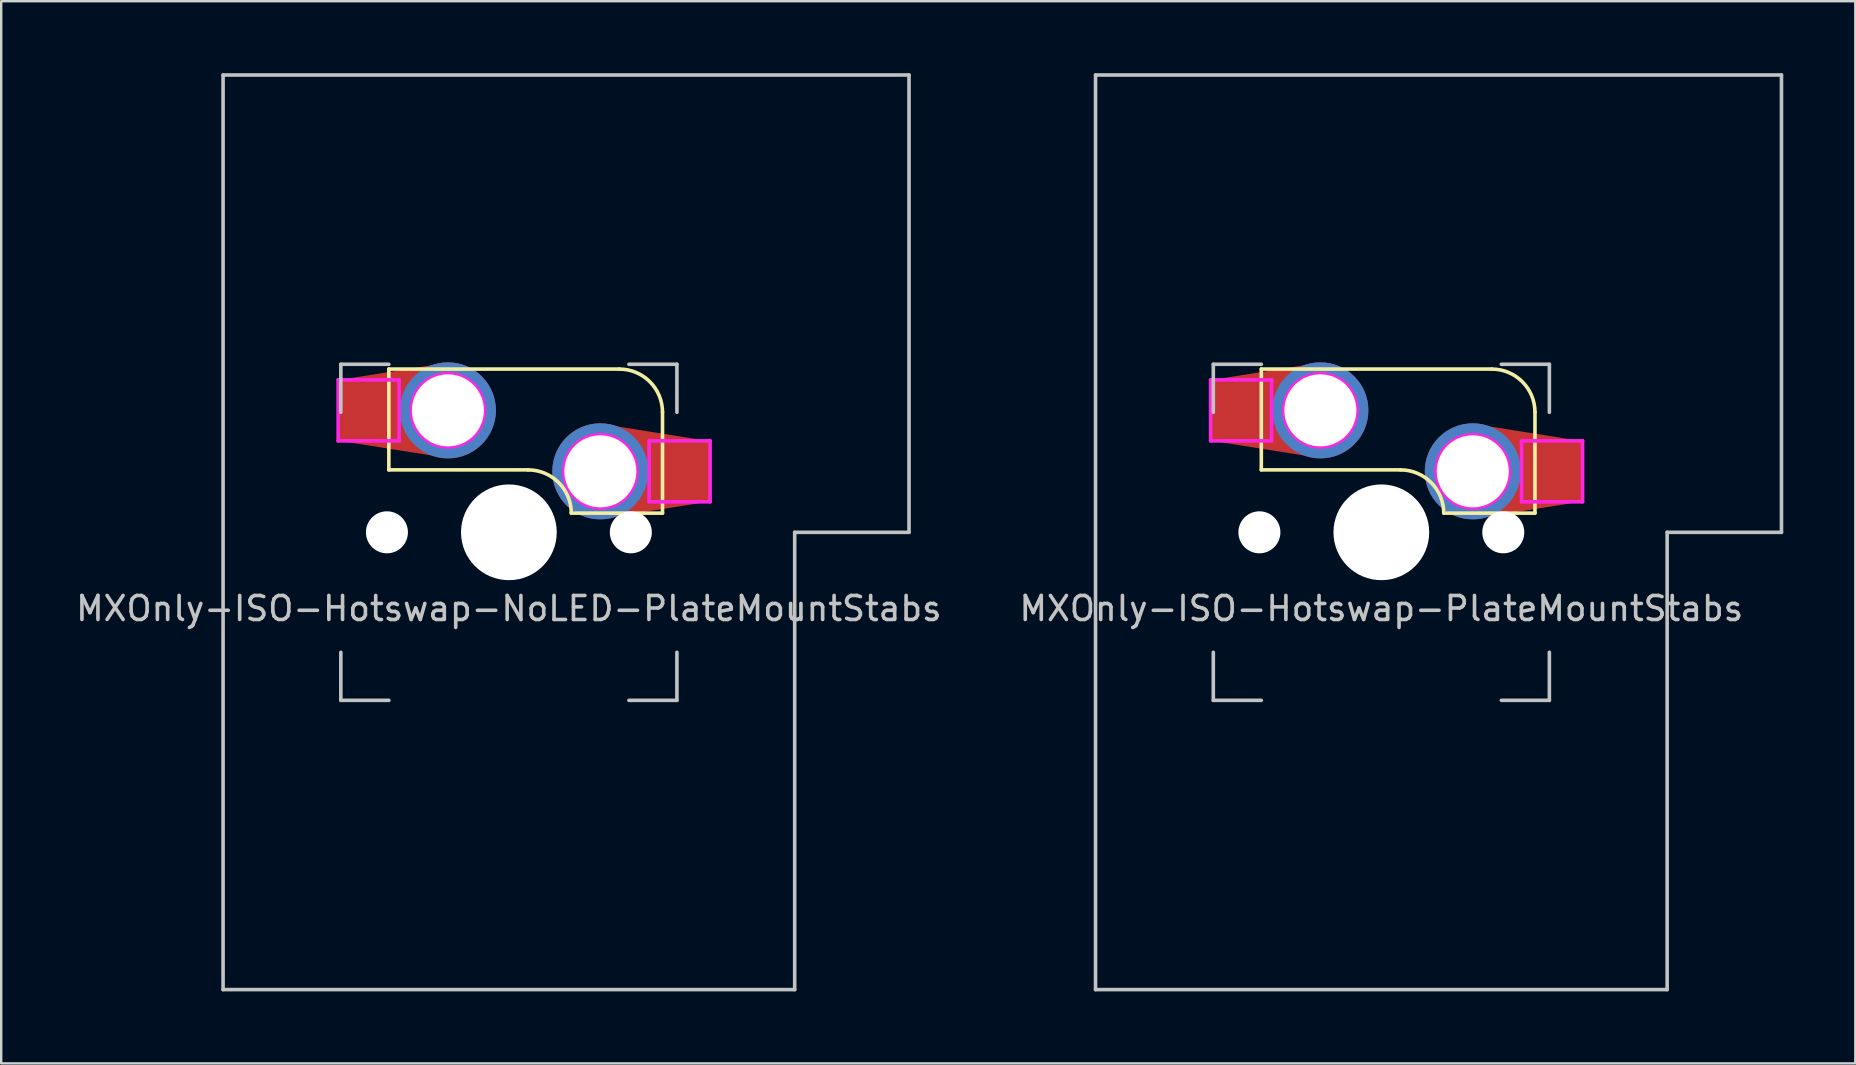
<source format=kicad_pcb>
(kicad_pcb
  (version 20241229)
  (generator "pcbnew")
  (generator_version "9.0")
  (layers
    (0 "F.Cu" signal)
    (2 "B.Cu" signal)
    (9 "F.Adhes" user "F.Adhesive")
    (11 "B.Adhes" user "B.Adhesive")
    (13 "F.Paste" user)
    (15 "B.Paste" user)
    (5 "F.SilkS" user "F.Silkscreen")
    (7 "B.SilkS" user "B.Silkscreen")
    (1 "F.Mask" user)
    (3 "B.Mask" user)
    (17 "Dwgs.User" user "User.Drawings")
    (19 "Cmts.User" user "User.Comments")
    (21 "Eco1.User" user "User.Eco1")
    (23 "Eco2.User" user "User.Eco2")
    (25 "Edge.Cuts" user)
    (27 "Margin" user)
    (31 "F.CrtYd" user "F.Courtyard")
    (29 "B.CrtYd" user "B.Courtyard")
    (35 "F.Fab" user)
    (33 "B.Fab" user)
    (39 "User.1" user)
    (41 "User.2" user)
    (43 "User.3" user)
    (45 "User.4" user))
  (footprint "MXOnly-ISO-Hotswap-PlateMountStabs"
    (layer "F.Cu")
    (at 54.494 19.125)
    (property "Reference" "MXOnly-ISO-Hotswap-PlateMountStabs" (at 0 3.175 180) (layer "Dwgs.User") (effects (font (size 1 1) (thickness 0.15))))
    (attr through_hole)
    (fp_line (start -5 -6.8) (end 4.6 -6.8) (stroke (width 0.15) (type solid)) (layer "F.SilkS"))
    (fp_line (start -5 -2.6) (end -5 -6.8) (stroke (width 0.15) (type solid)) (layer "F.SilkS"))
    (fp_line (start 0.8 -2.6) (end -5 -2.6) (stroke (width 0.15) (type solid)) (layer "F.SilkS"))
    (fp_line (start 6.4 -5) (end 6.4 -0.8) (stroke (width 0.15) (type solid)) (layer "F.SilkS"))
    (fp_line (start 6.4 -0.8) (end 2.6 -0.8) (stroke (width 0.15) (type solid)) (layer "F.SilkS"))
    (fp_arc (start 0.8 -2.6) (mid 2.072792 -2.072792) (end 2.6 -0.8) (stroke (width 0.15) (type solid)) (layer "F.SilkS"))
    (fp_arc (start 4.6 -6.8) (mid 5.872792 -6.272792) (end 6.4 -5) (stroke (width 0.15) (type solid)) (layer "F.SilkS"))
    (fp_poly (pts (xy -5.08 -3.493) (xy -7.112 -3.81) (xy -7.112 -6.35) (xy -5.08 -6.668)) (stroke (width 0.1) (type solid)) (fill yes) (layer "F.Paste"))
    (fp_poly (pts (xy 6.477 -4.064) (xy 8.509 -3.747) (xy 8.509 -1.206) (xy 6.477 -0.889)) (stroke (width 0.1) (type solid)) (fill yes) (layer "F.Paste"))
    (fp_line (start -11.906 -19.05) (end -11.906 19.05) (stroke (width 0.15) (type solid)) (layer "Dwgs.User"))
    (fp_line (start -7 -7) (end -7 -5) (stroke (width 0.15) (type solid)) (layer "Dwgs.User"))
    (fp_line (start -7 7) (end -7 5) (stroke (width 0.15) (type solid)) (layer "Dwgs.User"))
    (fp_line (start -5 -7) (end -7 -7) (stroke (width 0.15) (type solid)) (layer "Dwgs.User"))
    (fp_line (start -5 7) (end -7 7) (stroke (width 0.15) (type solid)) (layer "Dwgs.User"))
    (fp_line (start 5 -7) (end 7 -7) (stroke (width 0.15) (type solid)) (layer "Dwgs.User"))
    (fp_line (start 7 -7) (end 7 -5) (stroke (width 0.15) (type solid)) (layer "Dwgs.User"))
    (fp_line (start 7 5) (end 7 7) (stroke (width 0.15) (type solid)) (layer "Dwgs.User"))
    (fp_line (start 7 7) (end 5 7) (stroke (width 0.15) (type solid)) (layer "Dwgs.User"))
    (fp_line (start 11.906 0) (end 16.669 0) (stroke (width 0.15) (type solid)) (layer "Dwgs.User"))
    (fp_line (start 11.906 19.05) (end -11.906 19.05) (stroke (width 0.15) (type solid)) (layer "Dwgs.User"))
    (fp_line (start 11.906 19.05) (end 11.906 0) (stroke (width 0.15) (type solid)) (layer "Dwgs.User"))
    (fp_line (start 16.669 -19.05) (end -11.906 -19.05) (stroke (width 0.15) (type solid)) (layer "Dwgs.User"))
    (fp_line (start 16.669 -19.05) (end 16.669 0) (stroke (width 0.15) (type solid)) (layer "Dwgs.User"))
    (fp_line (start -7.112 -6.35) (end -7.112 -3.81) (stroke (width 0.15) (type solid)) (layer "F.CrtYd"))
    (fp_line (start -7.112 -3.81) (end -4.572 -3.81) (stroke (width 0.15) (type solid)) (layer "F.CrtYd"))
    (fp_line (start -4.572 -6.35) (end -7.112 -6.35) (stroke (width 0.15) (type solid)) (layer "F.CrtYd"))
    (fp_line (start -4.572 -3.81) (end -4.572 -6.35) (stroke (width 0.15) (type solid)) (layer "F.CrtYd"))
    (fp_line (start 5.842 -3.81) (end 5.842 -1.27) (stroke (width 0.15) (type solid)) (layer "F.CrtYd"))
    (fp_line (start 5.842 -1.27) (end 8.382 -1.27) (stroke (width 0.15) (type solid)) (layer "F.CrtYd"))
    (fp_line (start 8.382 -3.81) (end 5.842 -3.81) (stroke (width 0.15) (type solid)) (layer "F.CrtYd"))
    (fp_line (start 8.382 -1.27) (end 8.382 -3.81) (stroke (width 0.15) (type solid)) (layer "F.CrtYd"))
    (fp_circle (center -2.54 -5.08) (end -2.54 -6.604) (stroke (width 0.15) (type solid)) (fill no) (layer "F.CrtYd"))
    (fp_circle (center 3.81 -2.54) (end 3.81 -4.064) (stroke (width 0.15) (type solid)) (fill no) (layer "F.CrtYd"))
    (pad "" np_thru_hole circle (at -5.08 0 131.9) (size 1.75 1.75) (drill 1.75) (layers "*.Cu" "*.Mask"))
    (pad "" np_thru_hole circle (at 0 0 180) (size 3.988 3.988) (drill 3.988) (layers "*.Cu" "*.Mask"))
    (pad "" np_thru_hole circle (at 5.08 0 131.9) (size 1.75 1.75) (drill 1.75) (layers "*.Cu" "*.Mask"))
    (pad "1" thru_hole circle (at 3.81 -2.54 180) (size 4 4) (drill 3) (layers "*.Cu" "F.Mask"))
    (pad "1" smd custom (at 7.085 -2.54 180) (size 2.55 2.5) (layers "F.Cu" "F.Mask") (options (anchor rect)) (primitives (gr_poly (pts (xy -1.195 1.219) (xy 3.275 1.93) (xy 3.275 -1.93) (xy -1.195 -1.219)) (width 0.1) (fill yes))))
    (pad "2" smd custom (at -5.841 -5.08 180) (size 2.55 2.5) (layers "F.Cu" "F.Mask") (options (anchor rect)) (primitives (gr_poly (pts (xy 1.219 -1.219) (xy -3.251 -1.93) (xy -3.251 1.93) (xy 1.219 1.219)) (width 0.1) (fill yes))))
    (pad "2" thru_hole circle (at -2.54 -5.08 180) (size 4 4) (drill 3) (layers "*.Cu" "F.Mask")))
  (footprint "MXOnly-ISO-Hotswap-NoLED-PlateMountStabs"
    (layer "F.Cu")
    (at 18.149 19.125)
    (property "Reference" "MXOnly-ISO-Hotswap-NoLED-PlateMountStabs" (at 0 3.175 180) (layer "Dwgs.User") (effects (font (size 1 1) (thickness 0.15))))
    (attr through_hole)
    (fp_line (start -5 -6.8) (end 4.6 -6.8) (stroke (width 0.15) (type solid)) (layer "F.SilkS"))
    (fp_line (start -5 -2.6) (end -5 -6.8) (stroke (width 0.15) (type solid)) (layer "F.SilkS"))
    (fp_line (start 0.8 -2.6) (end -5 -2.6) (stroke (width 0.15) (type solid)) (layer "F.SilkS"))
    (fp_line (start 6.4 -5) (end 6.4 -0.8) (stroke (width 0.15) (type solid)) (layer "F.SilkS"))
    (fp_line (start 6.4 -0.8) (end 2.6 -0.8) (stroke (width 0.15) (type solid)) (layer "F.SilkS"))
    (fp_arc (start 0.8 -2.6) (mid 2.072792 -2.072792) (end 2.6 -0.8) (stroke (width 0.15) (type solid)) (layer "F.SilkS"))
    (fp_arc (start 4.6 -6.8) (mid 5.872792 -6.272792) (end 6.4 -5) (stroke (width 0.15) (type solid)) (layer "F.SilkS"))
    (fp_poly (pts (xy -5.08 -3.493) (xy -7.112 -3.81) (xy -7.112 -6.35) (xy -5.08 -6.668)) (stroke (width 0.1) (type solid)) (fill yes) (layer "F.Paste"))
    (fp_poly (pts (xy 6.477 -4.064) (xy 8.509 -3.747) (xy 8.509 -1.206) (xy 6.477 -0.889)) (stroke (width 0.1) (type solid)) (fill yes) (layer "F.Paste"))
    (fp_line (start -11.906 -19.05) (end -11.906 19.05) (stroke (width 0.15) (type solid)) (layer "Dwgs.User"))
    (fp_line (start -7 -7) (end -7 -5) (stroke (width 0.15) (type solid)) (layer "Dwgs.User"))
    (fp_line (start -7 7) (end -7 5) (stroke (width 0.15) (type solid)) (layer "Dwgs.User"))
    (fp_line (start -5 -7) (end -7 -7) (stroke (width 0.15) (type solid)) (layer "Dwgs.User"))
    (fp_line (start -5 7) (end -7 7) (stroke (width 0.15) (type solid)) (layer "Dwgs.User"))
    (fp_line (start 5 -7) (end 7 -7) (stroke (width 0.15) (type solid)) (layer "Dwgs.User"))
    (fp_line (start 7 -7) (end 7 -5) (stroke (width 0.15) (type solid)) (layer "Dwgs.User"))
    (fp_line (start 7 5) (end 7 7) (stroke (width 0.15) (type solid)) (layer "Dwgs.User"))
    (fp_line (start 7 7) (end 5 7) (stroke (width 0.15) (type solid)) (layer "Dwgs.User"))
    (fp_line (start 11.906 0) (end 16.669 0) (stroke (width 0.15) (type solid)) (layer "Dwgs.User"))
    (fp_line (start 11.906 19.05) (end -11.906 19.05) (stroke (width 0.15) (type solid)) (layer "Dwgs.User"))
    (fp_line (start 11.906 19.05) (end 11.906 0) (stroke (width 0.15) (type solid)) (layer "Dwgs.User"))
    (fp_line (start 16.669 -19.05) (end -11.906 -19.05) (stroke (width 0.15) (type solid)) (layer "Dwgs.User"))
    (fp_line (start 16.669 -19.05) (end 16.669 0) (stroke (width 0.15) (type solid)) (layer "Dwgs.User"))
    (fp_line (start -7.112 -6.35) (end -7.112 -3.81) (stroke (width 0.15) (type solid)) (layer "F.CrtYd"))
    (fp_line (start -7.112 -3.81) (end -4.572 -3.81) (stroke (width 0.15) (type solid)) (layer "F.CrtYd"))
    (fp_line (start -4.572 -6.35) (end -7.112 -6.35) (stroke (width 0.15) (type solid)) (layer "F.CrtYd"))
    (fp_line (start -4.572 -3.81) (end -4.572 -6.35) (stroke (width 0.15) (type solid)) (layer "F.CrtYd"))
    (fp_line (start 5.842 -3.81) (end 5.842 -1.27) (stroke (width 0.15) (type solid)) (layer "F.CrtYd"))
    (fp_line (start 5.842 -1.27) (end 8.382 -1.27) (stroke (width 0.15) (type solid)) (layer "F.CrtYd"))
    (fp_line (start 8.382 -3.81) (end 5.842 -3.81) (stroke (width 0.15) (type solid)) (layer "F.CrtYd"))
    (fp_line (start 8.382 -1.27) (end 8.382 -3.81) (stroke (width 0.15) (type solid)) (layer "F.CrtYd"))
    (fp_circle (center -2.54 -5.08) (end -2.54 -6.604) (stroke (width 0.15) (type solid)) (fill no) (layer "F.CrtYd"))
    (fp_circle (center 3.81 -2.54) (end 3.81 -4.064) (stroke (width 0.15) (type solid)) (fill no) (layer "F.CrtYd"))
    (pad "" np_thru_hole circle (at -5.08 0 131.9) (size 1.75 1.75) (drill 1.75) (layers "*.Cu" "*.Mask"))
    (pad "" np_thru_hole circle (at 0 0 180) (size 3.988 3.988) (drill 3.988) (layers "*.Cu" "*.Mask"))
    (pad "" np_thru_hole circle (at 5.08 0 131.9) (size 1.75 1.75) (drill 1.75) (layers "*.Cu" "*.Mask"))
    (pad "1" thru_hole circle (at 3.81 -2.54 180) (size 4 4) (drill 3) (layers "*.Cu" "F.Mask"))
    (pad "1" smd custom (at 7.085 -2.54 180) (size 2.55 2.5) (layers "F.Cu" "F.Mask") (options (anchor rect)) (primitives (gr_poly (pts (xy -1.195 1.219) (xy 3.275 1.93) (xy 3.275 -1.93) (xy -1.195 -1.219)) (width 0.1) (fill yes))))
    (pad "2" smd custom (at -5.841 -5.08 180) (size 2.55 2.5) (layers "F.Cu" "F.Mask") (options (anchor rect)) (primitives (gr_poly (pts (xy 1.219 -1.219) (xy -3.251 -1.93) (xy -3.251 1.93) (xy 1.219 1.219)) (width 0.1) (fill yes))))
    (pad "2" thru_hole circle (at -2.54 -5.08 180) (size 4 4) (drill 3) (layers "*.Cu" "F.Mask")))
  (gr_rect
    (start -3 -3)
    (end 74.238 41.25)
    (stroke (width 0.1) (type default))
    (fill no)
    (layer "Edge.Cuts")))
</source>
